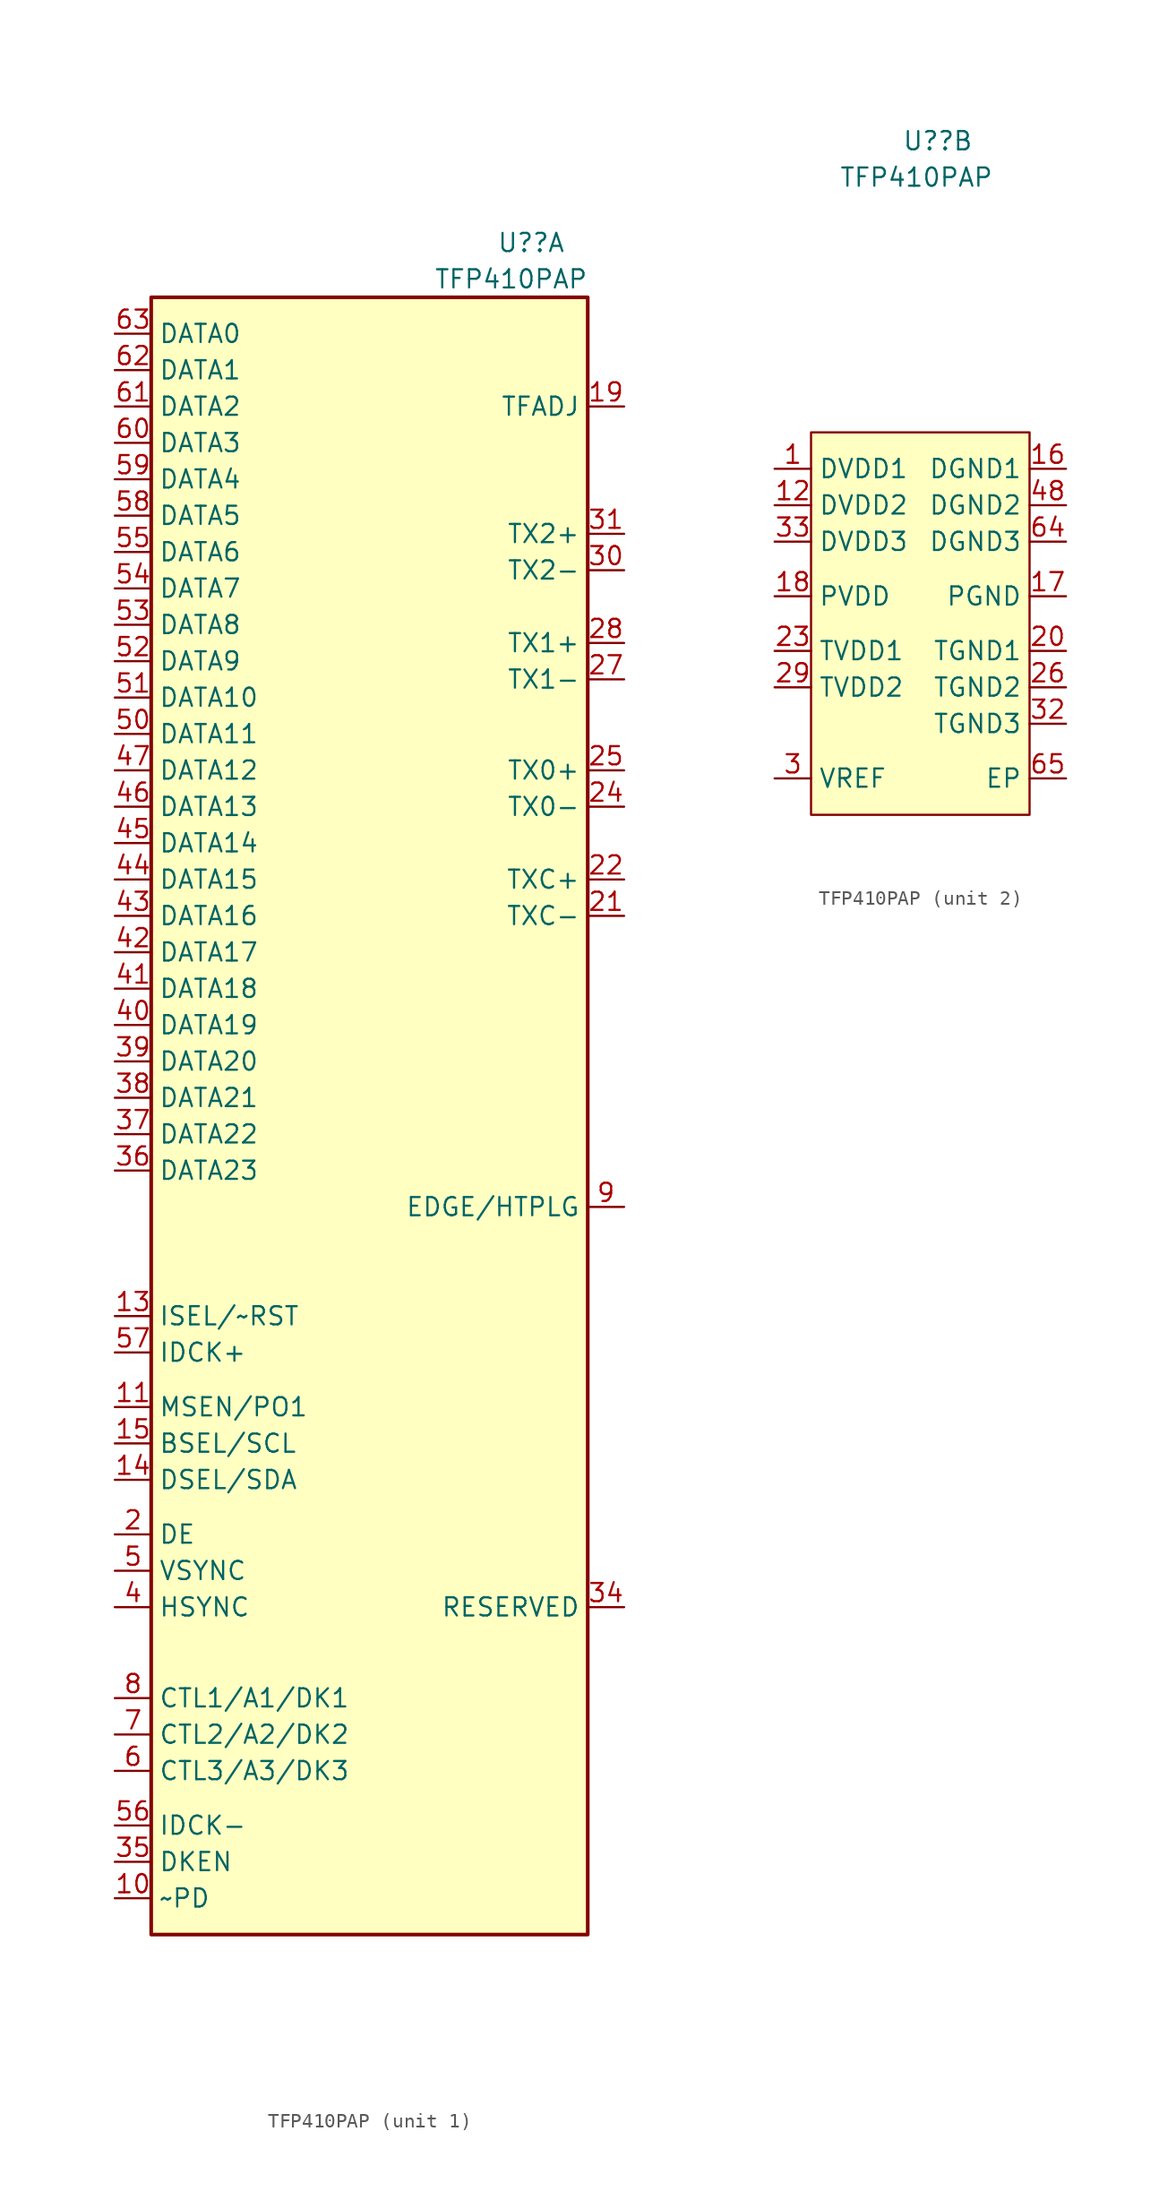
<source format=kicad_sym>
(kicad_symbol_lib
  (version 20220126)
  (generator kicad_symbol_editor)
  (symbol "TFP410PAP"
    (property "Reference" "U?"
      (at 8.89 59.69 0)
      (effects (font (size 1.27 1.27)) (justify left)))
    (property "Value" "TFP410PAP"
      (at 4.496 57.15 0)
      (effects (font (size 1.27 1.27)) (justify left)))
    (property "ki_locked" ""
      (at 0 0 0)
      (effects (font (size 1.27 1.27))))
    (symbol "TFP410PAP_1_1"
      (rectangle (start -15.24 55.88) (end 15.24 -58.42) (stroke (width 0.254) (type default)) (fill (type background)))
      (pin input line (at -17.78 -55.88 0) (length 2.54) (name "~PD" (effects (font (size 1.27 1.27)))) (number "10" (effects (font (size 1.27 1.27)))))
      (pin output line (at -17.78 -21.59 0) (length 2.54) (name "MSEN/PO1" (effects (font (size 1.27 1.27)))) (number "11" (effects (font (size 1.27 1.27)))))
      (pin input line (at -17.78 -15.24 0) (length 2.54) (name "ISEL/~RST" (effects (font (size 1.27 1.27)))) (number "13" (effects (font (size 1.27 1.27)))))
      (pin bidirectional line (at -17.78 -26.67 0) (length 2.54) (name "DSEL/SDA" (effects (font (size 1.27 1.27)))) (number "14" (effects (font (size 1.27 1.27)))))
      (pin input line (at -17.78 -24.13 0) (length 2.54) (name "BSEL/SCL" (effects (font (size 1.27 1.27)))) (number "15" (effects (font (size 1.27 1.27)))))
      (pin input line (at 17.78 48.26 180) (length 2.54) (name "TFADJ" (effects (font (size 1.27 1.27)))) (number "19" (effects (font (size 1.27 1.27)))))
      (pin input line (at -17.78 -30.48 0) (length 2.54) (name "DE" (effects (font (size 1.27 1.27)))) (number "2" (effects (font (size 1.27 1.27)))))
      (pin output line (at 17.78 12.7 180) (length 2.54) (name "TXC-" (effects (font (size 1.27 1.27)))) (number "21" (effects (font (size 1.27 1.27)))))
      (pin output line (at 17.78 15.24 180) (length 2.54) (name "TXC+" (effects (font (size 1.27 1.27)))) (number "22" (effects (font (size 1.27 1.27)))))
      (pin output line (at 17.78 20.32 180) (length 2.54) (name "TX0-" (effects (font (size 1.27 1.27)))) (number "24" (effects (font (size 1.27 1.27)))))
      (pin output line (at 17.78 22.86 180) (length 2.54) (name "TX0+" (effects (font (size 1.27 1.27)))) (number "25" (effects (font (size 1.27 1.27)))))
      (pin output line (at 17.78 29.21 180) (length 2.54) (name "TX1-" (effects (font (size 1.27 1.27)))) (number "27" (effects (font (size 1.27 1.27)))))
      (pin output line (at 17.78 31.75 180) (length 2.54) (name "TX1+" (effects (font (size 1.27 1.27)))) (number "28" (effects (font (size 1.27 1.27)))))
      (pin output line (at 17.78 36.83 180) (length 2.54) (name "TX2-" (effects (font (size 1.27 1.27)))) (number "30" (effects (font (size 1.27 1.27)))))
      (pin output line (at 17.78 39.37 180) (length 2.54) (name "TX2+" (effects (font (size 1.27 1.27)))) (number "31" (effects (font (size 1.27 1.27)))))
      (pin input line (at 17.78 -35.56 180) (length 2.54) (name "RESERVED" (effects (font (size 1.27 1.27)))) (number "34" (effects (font (size 1.27 1.27)))))
      (pin input line (at -17.78 -53.34 0) (length 2.54) (name "DKEN" (effects (font (size 1.27 1.27)))) (number "35" (effects (font (size 1.27 1.27)))))
      (pin input line (at -17.78 -5.08 0) (length 2.54) (name "DATA23" (effects (font (size 1.27 1.27)))) (number "36" (effects (font (size 1.27 1.27)))))
      (pin input line (at -17.78 -2.54 0) (length 2.54) (name "DATA22" (effects (font (size 1.27 1.27)))) (number "37" (effects (font (size 1.27 1.27)))))
      (pin input line (at -17.78 0 0) (length 2.54) (name "DATA21" (effects (font (size 1.27 1.27)))) (number "38" (effects (font (size 1.27 1.27)))))
      (pin input line (at -17.78 2.54 0) (length 2.54) (name "DATA20" (effects (font (size 1.27 1.27)))) (number "39" (effects (font (size 1.27 1.27)))))
      (pin input line (at -17.78 -35.56 0) (length 2.54) (name "HSYNC" (effects (font (size 1.27 1.27)))) (number "4" (effects (font (size 1.27 1.27)))))
      (pin input line (at -17.78 5.08 0) (length 2.54) (name "DATA19" (effects (font (size 1.27 1.27)))) (number "40" (effects (font (size 1.27 1.27)))))
      (pin input line (at -17.78 7.62 0) (length 2.54) (name "DATA18" (effects (font (size 1.27 1.27)))) (number "41" (effects (font (size 1.27 1.27)))))
      (pin input line (at -17.78 10.16 0) (length 2.54) (name "DATA17" (effects (font (size 1.27 1.27)))) (number "42" (effects (font (size 1.27 1.27)))))
      (pin input line (at -17.78 12.7 0) (length 2.54) (name "DATA16" (effects (font (size 1.27 1.27)))) (number "43" (effects (font (size 1.27 1.27)))))
      (pin input line (at -17.78 15.24 0) (length 2.54) (name "DATA15" (effects (font (size 1.27 1.27)))) (number "44" (effects (font (size 1.27 1.27)))))
      (pin input line (at -17.78 17.78 0) (length 2.54) (name "DATA14" (effects (font (size 1.27 1.27)))) (number "45" (effects (font (size 1.27 1.27)))))
      (pin input line (at -17.78 20.32 0) (length 2.54) (name "DATA13" (effects (font (size 1.27 1.27)))) (number "46" (effects (font (size 1.27 1.27)))))
      (pin input line (at -17.78 22.86 0) (length 2.54) (name "DATA12" (effects (font (size 1.27 1.27)))) (number "47" (effects (font (size 1.27 1.27)))))
      (pin no_connect line (at 15.24 -33.02 180) (length 2.54) hide (name "NC" (effects (font (size 1.27 1.27)))) (number "49" (effects (font (size 1.27 1.27)))))
      (pin input line (at -17.78 -33.02 0) (length 2.54) (name "VSYNC" (effects (font (size 1.27 1.27)))) (number "5" (effects (font (size 1.27 1.27)))))
      (pin input line (at -17.78 25.4 0) (length 2.54) (name "DATA11" (effects (font (size 1.27 1.27)))) (number "50" (effects (font (size 1.27 1.27)))))
      (pin input line (at -17.78 27.94 0) (length 2.54) (name "DATA10" (effects (font (size 1.27 1.27)))) (number "51" (effects (font (size 1.27 1.27)))))
      (pin input line (at -17.78 30.48 0) (length 2.54) (name "DATA9" (effects (font (size 1.27 1.27)))) (number "52" (effects (font (size 1.27 1.27)))))
      (pin input line (at -17.78 33.02 0) (length 2.54) (name "DATA8" (effects (font (size 1.27 1.27)))) (number "53" (effects (font (size 1.27 1.27)))))
      (pin input line (at -17.78 35.56 0) (length 2.54) (name "DATA7" (effects (font (size 1.27 1.27)))) (number "54" (effects (font (size 1.27 1.27)))))
      (pin input line (at -17.78 38.1 0) (length 2.54) (name "DATA6" (effects (font (size 1.27 1.27)))) (number "55" (effects (font (size 1.27 1.27)))))
      (pin input line (at -17.78 -50.8 0) (length 2.54) (name "IDCK-" (effects (font (size 1.27 1.27)))) (number "56" (effects (font (size 1.27 1.27)))))
      (pin input line (at -17.78 -17.78 0) (length 2.54) (name "IDCK+" (effects (font (size 1.27 1.27)))) (number "57" (effects (font (size 1.27 1.27)))))
      (pin input line (at -17.78 40.64 0) (length 2.54) (name "DATA5" (effects (font (size 1.27 1.27)))) (number "58" (effects (font (size 1.27 1.27)))))
      (pin input line (at -17.78 43.18 0) (length 2.54) (name "DATA4" (effects (font (size 1.27 1.27)))) (number "59" (effects (font (size 1.27 1.27)))))
      (pin input line (at -17.78 -46.99 0) (length 2.54) (name "CTL3/A3/DK3" (effects (font (size 1.27 1.27)))) (number "6" (effects (font (size 1.27 1.27)))))
      (pin input line (at -17.78 45.72 0) (length 2.54) (name "DATA3" (effects (font (size 1.27 1.27)))) (number "60" (effects (font (size 1.27 1.27)))))
      (pin input line (at -17.78 48.26 0) (length 2.54) (name "DATA2" (effects (font (size 1.27 1.27)))) (number "61" (effects (font (size 1.27 1.27)))))
      (pin input line (at -17.78 50.8 0) (length 2.54) (name "DATA1" (effects (font (size 1.27 1.27)))) (number "62" (effects (font (size 1.27 1.27)))))
      (pin input line (at -17.78 53.34 0) (length 2.54) (name "DATA0" (effects (font (size 1.27 1.27)))) (number "63" (effects (font (size 1.27 1.27)))))
      (pin input line (at -17.78 -44.45 0) (length 2.54) (name "CTL2/A2/DK2" (effects (font (size 1.27 1.27)))) (number "7" (effects (font (size 1.27 1.27)))))
      (pin input line (at -17.78 -41.91 0) (length 2.54) (name "CTL1/A1/DK1" (effects (font (size 1.27 1.27)))) (number "8" (effects (font (size 1.27 1.27)))))
      (pin input line (at 17.78 -7.62 180) (length 2.54) (name "EDGE/HTPLG" (effects (font (size 1.27 1.27)))) (number "9" (effects (font (size 1.27 1.27))))))
    (symbol "TFP410PAP_2_1"
      (rectangle (start 2.54 39.37) (end 17.78 12.7) (stroke (width 0.152) (type default)) (fill (type background)))
      (pin power_in line (at 0 36.83 0) (length 2.54) (name "DVDD1" (effects (font (size 1.27 1.27)))) (number "1" (effects (font (size 1.27 1.27)))))
      (pin power_in line (at 0 34.29 0) (length 2.54) (name "DVDD2" (effects (font (size 1.27 1.27)))) (number "12" (effects (font (size 1.27 1.27)))))
      (pin power_in line (at 20.32 36.83 180) (length 2.54) (name "DGND1" (effects (font (size 1.27 1.27)))) (number "16" (effects (font (size 1.27 1.27)))))
      (pin power_in line (at 20.32 27.94 180) (length 2.54) (name "PGND" (effects (font (size 1.27 1.27)))) (number "17" (effects (font (size 1.27 1.27)))))
      (pin power_in line (at 0 27.94 0) (length 2.54) (name "PVDD" (effects (font (size 1.27 1.27)))) (number "18" (effects (font (size 1.27 1.27)))))
      (pin power_in line (at 20.32 24.13 180) (length 2.54) (name "TGND1" (effects (font (size 1.27 1.27)))) (number "20" (effects (font (size 1.27 1.27)))))
      (pin power_in line (at 0 24.13 0) (length 2.54) (name "TVDD1" (effects (font (size 1.27 1.27)))) (number "23" (effects (font (size 1.27 1.27)))))
      (pin power_in line (at 20.32 21.59 180) (length 2.54) (name "TGND2" (effects (font (size 1.27 1.27)))) (number "26" (effects (font (size 1.27 1.27)))))
      (pin power_in line (at 0 21.59 0) (length 2.54) (name "TVDD2" (effects (font (size 1.27 1.27)))) (number "29" (effects (font (size 1.27 1.27)))))
      (pin input line (at 0 15.24 0) (length 2.54) (name "VREF" (effects (font (size 1.27 1.27)))) (number "3" (effects (font (size 1.27 1.27)))))
      (pin power_in line (at 20.32 19.05 180) (length 2.54) (name "TGND3" (effects (font (size 1.27 1.27)))) (number "32" (effects (font (size 1.27 1.27)))))
      (pin power_in line (at 0 31.75 0) (length 2.54) (name "DVDD3" (effects (font (size 1.27 1.27)))) (number "33" (effects (font (size 1.27 1.27)))))
      (pin power_in line (at 20.32 34.29 180) (length 2.54) (name "DGND2" (effects (font (size 1.27 1.27)))) (number "48" (effects (font (size 1.27 1.27)))))
      (pin power_in line (at 20.32 31.75 180) (length 2.54) (name "DGND3" (effects (font (size 1.27 1.27)))) (number "64" (effects (font (size 1.27 1.27)))))
      (pin power_in line (at 20.32 15.24 180) (length 2.54) (name "EP" (effects (font (size 1.27 1.27)))) (number "65" (effects (font (size 1.27 1.27))))))))
</source>
